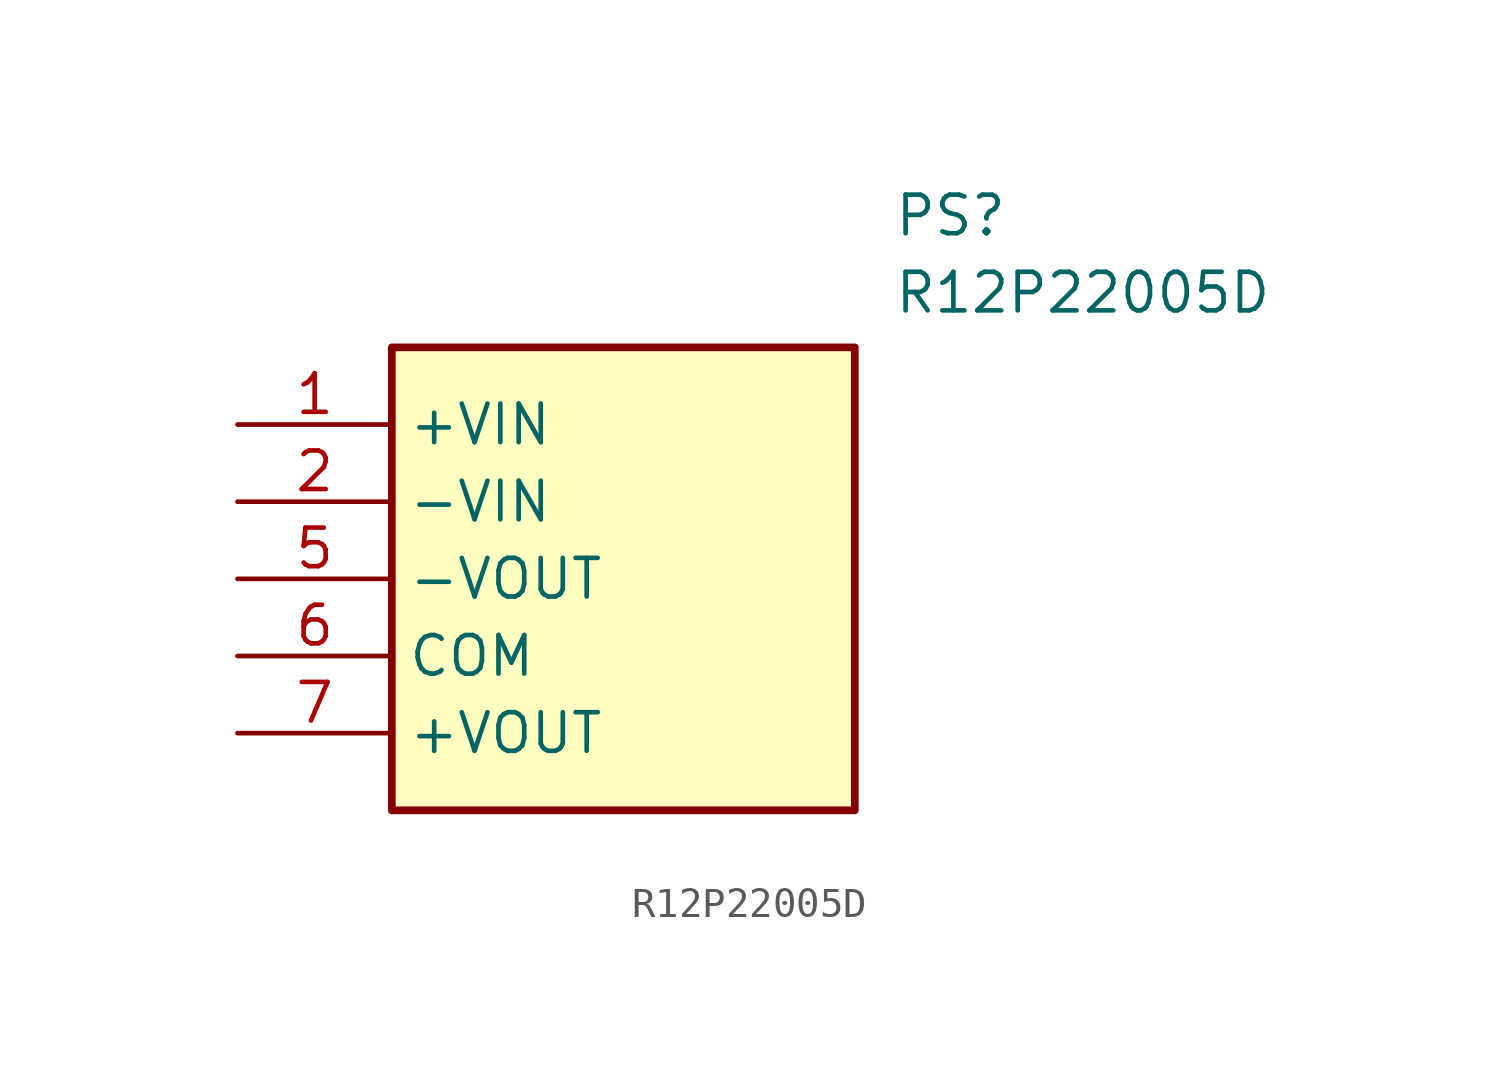
<source format=kicad_sym>
(kicad_symbol_lib
  (version 20211014)
  (generator SamacSys_ECAD_Model)
  (symbol "R12P22005D"
    (property "Reference" "PS"
      (at 21.59 7.62 0)
      (effects (font (size 1.27 1.27)) (justify left top)))
    (property "Value" "R12P22005D"
      (at 21.59 5.08 0)
      (effects (font (size 1.27 1.27)) (justify left top)))
    (rectangle
      (start 5.08 2.54)
      (end 20.32 -12.7)
      (stroke (width 0.254) (type default))
      (fill (type background)))
    (pin passive line
      (at 0 0 0)
      (length 5.08)
      (name "+VIN" (effects (font (size 1.27 1.27))))
      (number "1" (effects (font (size 1.27 1.27)))))
    (pin passive line
      (at 0 -2.54 0)
      (length 5.08)
      (name "-VIN" (effects (font (size 1.27 1.27))))
      (number "2" (effects (font (size 1.27 1.27)))))
    (pin passive line
      (at 0 -5.08 0)
      (length 5.08)
      (name "-VOUT" (effects (font (size 1.27 1.27))))
      (number "5" (effects (font (size 1.27 1.27)))))
    (pin passive line
      (at 0 -7.62 0)
      (length 5.08)
      (name "COM" (effects (font (size 1.27 1.27))))
      (number "6" (effects (font (size 1.27 1.27)))))
    (pin passive line
      (at 0 -10.16 0)
      (length 5.08)
      (name "+VOUT" (effects (font (size 1.27 1.27))))
      (number "7" (effects (font (size 1.27 1.27)))))))
</source>
